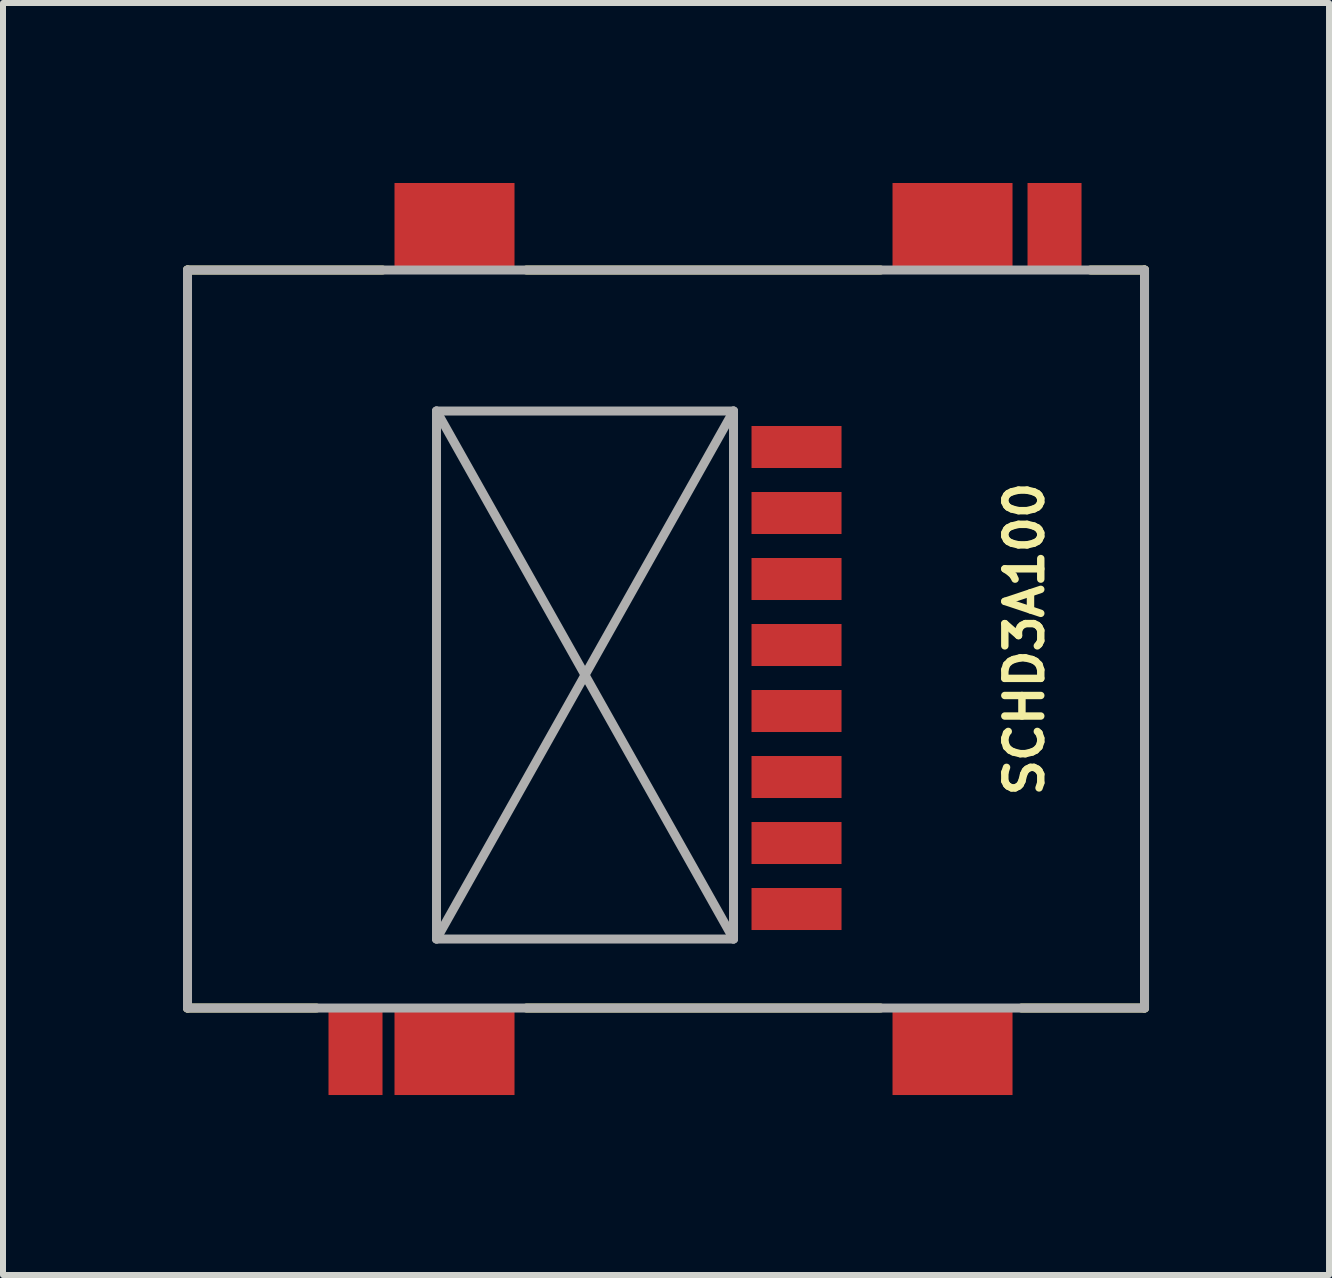
<source format=kicad_pcb>
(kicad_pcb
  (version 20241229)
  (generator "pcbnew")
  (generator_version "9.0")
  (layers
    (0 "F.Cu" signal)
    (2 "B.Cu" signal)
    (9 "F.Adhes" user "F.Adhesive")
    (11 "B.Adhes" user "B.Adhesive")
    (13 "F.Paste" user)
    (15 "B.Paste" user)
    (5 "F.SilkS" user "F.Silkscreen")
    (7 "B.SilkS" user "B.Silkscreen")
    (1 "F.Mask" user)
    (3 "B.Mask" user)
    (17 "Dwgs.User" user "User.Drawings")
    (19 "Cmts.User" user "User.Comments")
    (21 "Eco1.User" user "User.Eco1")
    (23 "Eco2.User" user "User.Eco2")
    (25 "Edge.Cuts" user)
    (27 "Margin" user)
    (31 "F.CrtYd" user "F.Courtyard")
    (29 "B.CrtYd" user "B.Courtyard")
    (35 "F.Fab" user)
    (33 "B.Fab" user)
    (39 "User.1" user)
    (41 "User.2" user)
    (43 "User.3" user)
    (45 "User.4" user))
  (footprint "SCHD3A100"
    (layer "F.Cu")
    (at 8.025 7.6)
    (property "Reference" "SCHD3A100" (at 6 0 90) (layer "F.SilkS") (effects (font (size 0.599 0.599) (thickness 0.124))))
    (attr through_hole)
    (fp_line (start -7.95 -6.15) (end -7.95 6.15) (stroke (width 0.15) (type solid)) (layer "F.SilkS"))
    (fp_line (start -7.95 6.15) (end -5.8 6.15) (stroke (width 0.15) (type solid)) (layer "F.SilkS"))
    (fp_line (start -4.7 -6.15) (end -7.95 -6.15) (stroke (width 0.15) (type solid)) (layer "F.SilkS"))
    (fp_line (start -2.3 6.15) (end 3.6 6.15) (stroke (width 0.15) (type solid)) (layer "F.SilkS"))
    (fp_line (start 3.6 -6.15) (end -2.3 -6.15) (stroke (width 0.15) (type solid)) (layer "F.SilkS"))
    (fp_line (start 5.95 6.15) (end 8 6.15) (stroke (width 0.15) (type solid)) (layer "F.SilkS"))
    (fp_line (start 8 -6.15) (end 7.1 -6.15) (stroke (width 0.15) (type solid)) (layer "F.SilkS"))
    (fp_line (start 8 6.15) (end 8 -6.15) (stroke (width 0.15) (type solid)) (layer "F.SilkS"))
    (fp_line (start -7.95 -6.15) (end -7.95 6.15) (stroke (width 0.15) (type solid)) (layer "F.Fab"))
    (fp_line (start -7.95 6.15) (end 8 6.15) (stroke (width 0.15) (type solid)) (layer "F.Fab"))
    (fp_line (start -3.8 -3.8) (end -3.8 5) (stroke (width 0.15) (type solid)) (layer "F.Fab"))
    (fp_line (start -3.8 5) (end 1.15 -3.8) (stroke (width 0.15) (type solid)) (layer "F.Fab"))
    (fp_line (start 1.15 -3.8) (end -3.8 -3.8) (stroke (width 0.15) (type solid)) (layer "F.Fab"))
    (fp_line (start 1.15 5) (end -3.8 -3.8) (stroke (width 0.15) (type solid)) (layer "F.Fab"))
    (fp_line (start 1.15 5) (end -3.8 5) (stroke (width 0.15) (type solid)) (layer "F.Fab"))
    (fp_line (start 1.15 5) (end 1.15 -3.8) (stroke (width 0.15) (type solid)) (layer "F.Fab"))
    (fp_line (start 8 -6.15) (end -7.95 -6.15) (stroke (width 0.15) (type solid)) (layer "F.Fab"))
    (fp_line (start 8 6.15) (end 8 -6.15) (stroke (width 0.15) (type solid)) (layer "F.Fab"))
    (pad "1" smd rect (at 2.2 -3.2 90) (size 0.7 1.5) (layers "F.Cu" "F.Mask" "F.Paste"))
    (pad "2" smd rect (at 2.2 -2.1 90) (size 0.7 1.5) (layers "F.Cu" "F.Mask" "F.Paste"))
    (pad "3" smd rect (at 2.2 -1 90) (size 0.7 1.5) (layers "F.Cu" "F.Mask" "F.Paste"))
    (pad "4" smd rect (at 2.2 0.1 90) (size 0.7 1.5) (layers "F.Cu" "F.Mask" "F.Paste"))
    (pad "5" smd rect (at 2.2 1.2 90) (size 0.7 1.5) (layers "F.Cu" "F.Mask" "F.Paste"))
    (pad "6" smd rect (at 2.2 2.3 90) (size 0.7 1.5) (layers "F.Cu" "F.Mask" "F.Paste"))
    (pad "7" smd rect (at 2.2 3.4 90) (size 0.7 1.5) (layers "F.Cu" "F.Mask" "F.Paste"))
    (pad "8" smd rect (at 2.2 4.5 90) (size 0.7 1.5) (layers "F.Cu" "F.Mask" "F.Paste"))
    (pad "9" smd rect (at 6.5 -6.875 90) (size 1.45 0.9) (layers "F.Cu" "F.Mask" "F.Paste"))
    (pad "10" smd rect (at -5.15 6.875 180) (size 0.9 1.45) (layers "F.Cu" "F.Mask" "F.Paste"))
    (pad "11" smd rect (at -3.5 -6.875 90) (size 1.45 2) (layers "F.Cu" "F.Mask" "F.Paste"))
    (pad "11" smd rect (at -3.5 6.875 90) (size 1.45 2) (layers "F.Cu" "F.Mask" "F.Paste"))
    (pad "11" smd rect (at 4.8 -6.875 90) (size 1.45 2) (layers "F.Cu" "F.Mask" "F.Paste"))
    (pad "11" smd rect (at 4.8 6.875 90) (size 1.45 2) (layers "F.Cu" "F.Mask" "F.Paste")))
  (gr_rect
    (start -3 -3)
    (end 19.1 18.2)
    (stroke (width 0.1) (type default))
    (fill no)
    (layer "Edge.Cuts")))
</source>
